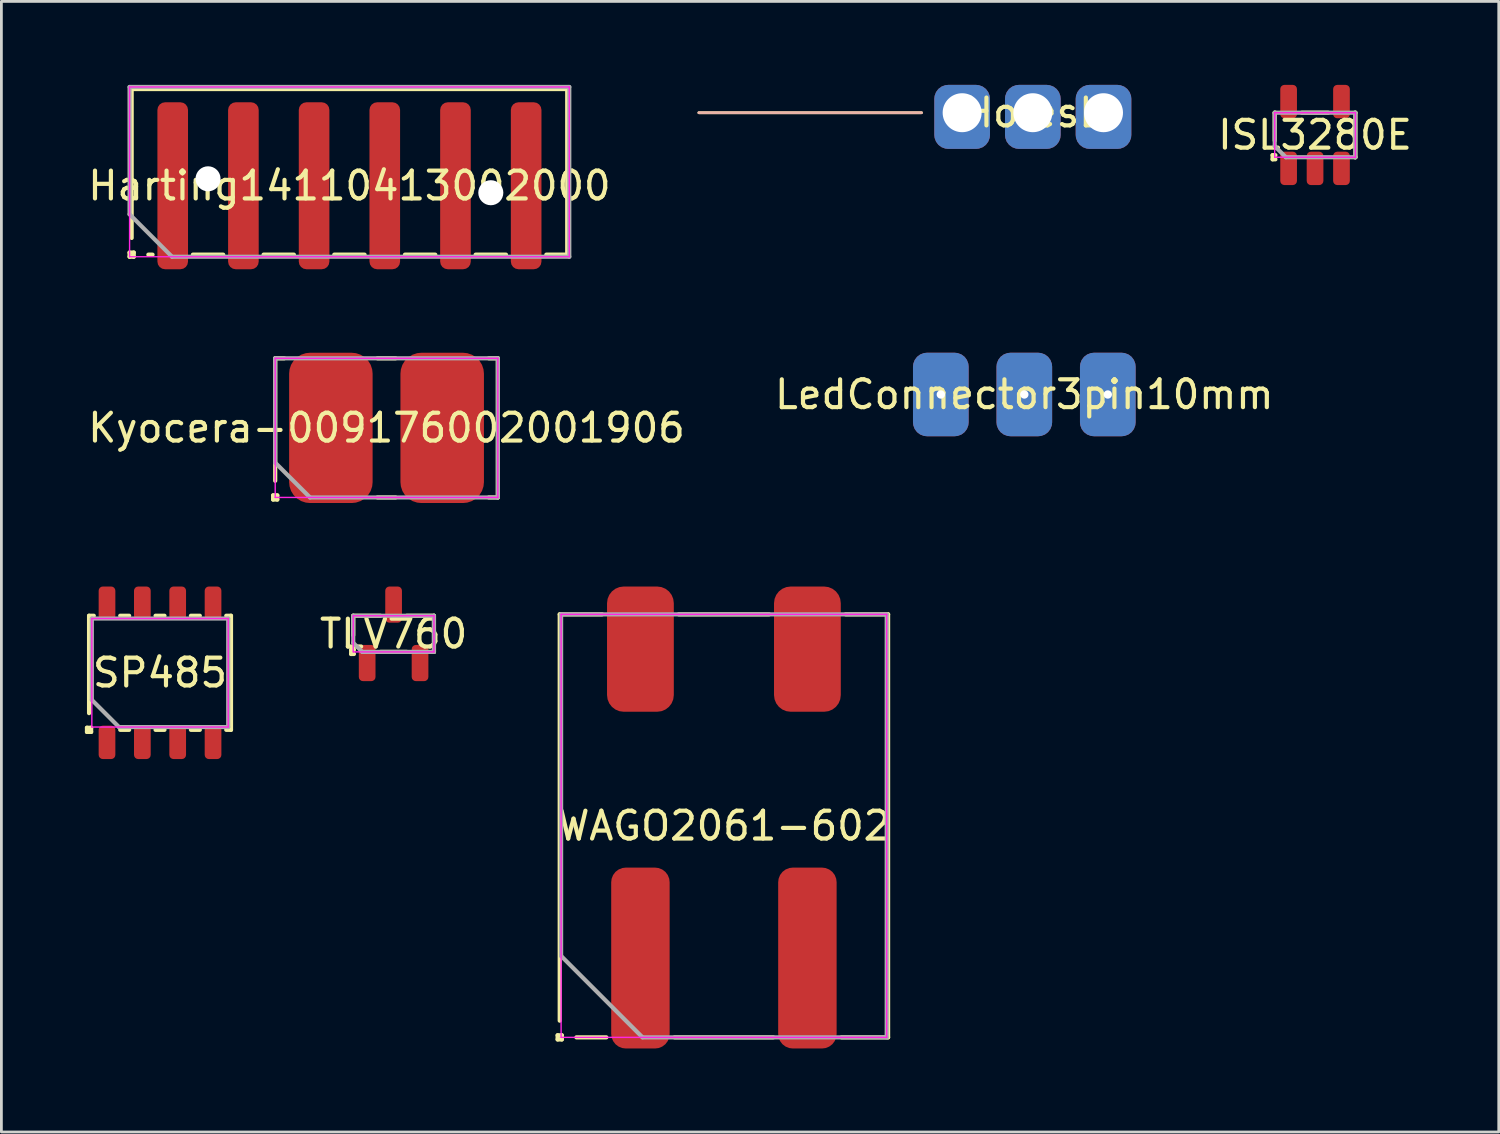
<source format=kicad_pcb>
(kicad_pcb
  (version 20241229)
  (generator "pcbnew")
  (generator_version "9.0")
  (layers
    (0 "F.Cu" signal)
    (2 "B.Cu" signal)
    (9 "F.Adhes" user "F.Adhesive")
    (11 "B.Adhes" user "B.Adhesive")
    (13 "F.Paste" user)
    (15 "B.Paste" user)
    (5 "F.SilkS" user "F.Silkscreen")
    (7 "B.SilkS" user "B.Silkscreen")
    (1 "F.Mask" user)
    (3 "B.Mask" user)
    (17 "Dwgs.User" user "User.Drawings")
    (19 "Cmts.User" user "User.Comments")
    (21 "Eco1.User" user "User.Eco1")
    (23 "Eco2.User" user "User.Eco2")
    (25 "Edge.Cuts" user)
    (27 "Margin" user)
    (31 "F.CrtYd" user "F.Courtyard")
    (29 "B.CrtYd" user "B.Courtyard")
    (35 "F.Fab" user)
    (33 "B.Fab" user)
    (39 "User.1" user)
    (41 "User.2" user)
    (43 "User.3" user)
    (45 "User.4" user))
  (footprint "ISL3280E"
    (layer "F.Cu")
    (at 44.203 1.8)
    (property "Reference" "ISL3280E" (at 0 0 0) (layer "F.SilkS") (effects (font (size 1 1) (thickness 0.15))))
    (attr smd)
    (fp_line (start -1.525 0.725) (end -1.425 0.725) (stroke (width 0.15) (type solid)) (layer "F.SilkS"))
    (fp_line (start -1.525 0.875) (end -1.525 0.725) (stroke (width 0.15) (type solid)) (layer "F.SilkS"))
    (fp_line (start -1.45 -0.8) (end -1.45 0.2) (stroke (width 0.15) (type solid)) (layer "F.SilkS"))
    (fp_line (start -1.425 -0.8) (end -1.45 -0.8) (stroke (width 0.15) (type solid)) (layer "F.SilkS"))
    (fp_line (start -1.425 0.875) (end -1.525 0.875) (stroke (width 0.15) (type solid)) (layer "F.SilkS"))
    (fp_line (start 0.475 -0.8) (end -0.475 -0.8) (stroke (width 0.15) (type solid)) (layer "F.SilkS"))
    (fp_line (start 1.425 0.8) (end 1.45 0.8) (stroke (width 0.15) (type solid)) (layer "F.SilkS"))
    (fp_line (start 1.45 -0.8) (end 1.425 -0.8) (stroke (width 0.15) (type solid)) (layer "F.SilkS"))
    (fp_line (start 1.45 0.8) (end 1.45 -0.8) (stroke (width 0.15) (type solid)) (layer "F.SilkS"))
    (fp_line (start -1.45 -0.8) (end 1.45 -0.8) (stroke (width 0.05) (type solid)) (layer "F.CrtYd"))
    (fp_line (start -1.45 0.8) (end -1.45 -0.8) (stroke (width 0.05) (type solid)) (layer "F.CrtYd"))
    (fp_line (start 1.45 -0.8) (end 1.45 0.8) (stroke (width 0.05) (type solid)) (layer "F.CrtYd"))
    (fp_line (start 1.45 0.8) (end -1.45 0.8) (stroke (width 0.05) (type solid)) (layer "F.CrtYd"))
    (fp_line (start -1.45 -0.8) (end -1.45 0.4) (stroke (width 0.15) (type solid)) (layer "F.Fab"))
    (fp_line (start -1.05 0.8) (end -1.45 0.4) (stroke (width 0.15) (type solid)) (layer "F.Fab"))
    (fp_line (start -1.05 0.8) (end 1.45 0.8) (stroke (width 0.15) (type solid)) (layer "F.Fab"))
    (fp_line (start 1.45 -0.8) (end -1.45 -0.8) (stroke (width 0.15) (type solid)) (layer "F.Fab"))
    (fp_line (start 1.45 0.8) (end 1.45 -0.8) (stroke (width 0.15) (type solid)) (layer "F.Fab"))
    (pad "1" smd roundrect (at -0.95 1.2) (size 0.6 1.2) (layers "F.Cu" "F.Mask" "F.Paste") (roundrect_rratio 0.25))
    (pad "2" smd roundrect (at 0 1.2) (size 0.6 1.2) (layers "F.Cu" "F.Mask" "F.Paste") (roundrect_rratio 0.25))
    (pad "3" smd roundrect (at 0.95 1.2) (size 0.6 1.2) (layers "F.Cu" "F.Mask" "F.Paste") (roundrect_rratio 0.25))
    (pad "4" smd roundrect (at 0.95 -1.2) (size 0.6 1.2) (layers "F.Cu" "F.Mask" "F.Paste") (roundrect_rratio 0.25))
    (pad "5" smd roundrect (at -0.95 -1.2) (size 0.6 1.2) (layers "F.Cu" "F.Mask" "F.Paste") (roundrect_rratio 0.25)))
  (footprint "Kyocera-009176002001906"
    (layer "F.Cu")
    (at 10.839 12.325)
    (property "Reference" "Kyocera-009176002001906" (at 0 0 0) (layer "F.SilkS") (effects (font (size 1 1) (thickness 0.15))))
    (attr smd)
    (fp_line (start -4.075 2.425) (end -3.925 2.425) (stroke (width 0.15) (type solid)) (layer "F.SilkS"))
    (fp_line (start -4.075 2.575) (end -4.075 2.425) (stroke (width 0.15) (type solid)) (layer "F.SilkS"))
    (fp_line (start -4 -2.5) (end -4 1.9) (stroke (width 0.15) (type solid)) (layer "F.SilkS"))
    (fp_line (start -3.925 2.425) (end -3.925 2.575) (stroke (width 0.15) (type solid)) (layer "F.SilkS"))
    (fp_line (start -3.925 2.575) (end -4.075 2.575) (stroke (width 0.15) (type solid)) (layer "F.SilkS"))
    (fp_line (start -3.675 -2.5) (end -4 -2.5) (stroke (width 0.15) (type solid)) (layer "F.SilkS"))
    (fp_line (start -0.325 2.5) (end 0.325 2.5) (stroke (width 0.15) (type solid)) (layer "F.SilkS"))
    (fp_line (start 0.325 -2.5) (end -0.325 -2.5) (stroke (width 0.15) (type solid)) (layer "F.SilkS"))
    (fp_line (start 3.675 2.5) (end 4 2.5) (stroke (width 0.15) (type solid)) (layer "F.SilkS"))
    (fp_line (start 4 -2.5) (end 3.675 -2.5) (stroke (width 0.15) (type solid)) (layer "F.SilkS"))
    (fp_line (start 4 2.5) (end 4 -2.5) (stroke (width 0.15) (type solid)) (layer "F.SilkS"))
    (fp_line (start -4 -2.5) (end 4 -2.5) (stroke (width 0.05) (type solid)) (layer "F.CrtYd"))
    (fp_line (start -4 2.5) (end -4 -2.5) (stroke (width 0.05) (type solid)) (layer "F.CrtYd"))
    (fp_line (start 4 -2.5) (end 4 2.5) (stroke (width 0.05) (type solid)) (layer "F.CrtYd"))
    (fp_line (start 4 2.5) (end -4 2.5) (stroke (width 0.05) (type solid)) (layer "F.CrtYd"))
    (fp_line (start -4 -2.5) (end -4 1.25) (stroke (width 0.15) (type solid)) (layer "F.Fab"))
    (fp_line (start -2.75 2.5) (end -4 1.25) (stroke (width 0.15) (type solid)) (layer "F.Fab"))
    (fp_line (start -2.75 2.5) (end 4 2.5) (stroke (width 0.15) (type solid)) (layer "F.Fab"))
    (fp_line (start 4 -2.5) (end -4 -2.5) (stroke (width 0.15) (type solid)) (layer "F.Fab"))
    (fp_line (start 4 2.5) (end 4 -2.5) (stroke (width 0.15) (type solid)) (layer "F.Fab"))
    (pad "1" smd roundrect (at -2 0) (size 3 5.4) (layers "F.Cu" "F.Mask" "F.Paste") (roundrect_rratio 0.25))
    (pad "2" smd roundrect (at 2 0) (size 3 5.4) (layers "F.Cu" "F.Mask" "F.Paste") (roundrect_rratio 0.25)))
  (footprint "HolesL"
    (layer "F.Cu")
    (at 34.062 1)
    (property "Reference" "HolesL" (at 0 0 0) (layer "F.SilkS") (effects (font (size 1 1) (thickness 0.15))))
    (attr through_hole)
    (fp_line (start -4 0) (end -12 0) (stroke (width 0.1) (type solid)) (layer "F.SilkS"))
    (fp_line (start -4 0) (end -12 0) (stroke (width 0.1) (type solid)) (layer "B.SilkS"))
    (pad "1" thru_hole roundrect (at -2.54 0) (size 2 2.3) (drill 1.4 (offset 0 0.15)) (layers "*.Cu" "*.Mask") (roundrect_rratio 0.25))
    (pad "2" thru_hole roundrect (at 0 0) (size 2 2.3) (drill 1.4 (offset 0 0.15)) (layers "*.Cu" "*.Mask") (roundrect_rratio 0.25))
    (pad "3" thru_hole roundrect (at 2.54 0) (size 2 2.3) (drill 1.4 (offset 0 0.15)) (layers "*.Cu" "*.Mask") (roundrect_rratio 0.25)))
  (footprint "LedConnector3pin10mm"
    (layer "F.Cu")
    (at 33.756 11.125)
    (property "Reference" "LedConnector3pin10mm" (at 0 0 0) (layer "F.SilkS") (effects (font (size 1 1) (thickness 0.15))))
    (attr through_hole)
    (pad "1" thru_hole roundrect (at -3 0) (size 2 3) (drill 0.3) (layers "*.Cu" "*.Mask") (remove_unused_layers yes) (keep_end_layers yes) (zone_layer_connections) (roundrect_rratio 0.25))
    (pad "2" thru_hole roundrect (at 0 0) (size 2 3) (drill 0.3) (layers "*.Cu" "*.Mask") (remove_unused_layers yes) (keep_end_layers yes) (zone_layer_connections) (roundrect_rratio 0.25))
    (pad "3" thru_hole roundrect (at 3 0) (size 2 3) (drill 0.3) (layers "*.Cu" "*.Mask") (remove_unused_layers yes) (keep_end_layers yes) (zone_layer_connections) (roundrect_rratio 0.25)))
  (footprint "SP485"
    (layer "F.Cu")
    (at 2.7 21.125)
    (property "Reference" "SP485" (at 0 0 0) (layer "F.SilkS") (effects (font (size 1 1) (thickness 0.15))))
    (attr smd)
    (fp_line (start -2.625 1.975) (end -2.475 1.975) (stroke (width 0.15) (type solid)) (layer "F.SilkS"))
    (fp_line (start -2.625 2.125) (end -2.625 1.975) (stroke (width 0.15) (type solid)) (layer "F.SilkS"))
    (fp_line (start -2.55 -2.05) (end -2.55 1.45) (stroke (width 0.15) (type solid)) (layer "F.SilkS"))
    (fp_line (start -2.475 1.975) (end -2.475 2.125) (stroke (width 0.15) (type solid)) (layer "F.SilkS"))
    (fp_line (start -2.475 2.125) (end -2.625 2.125) (stroke (width 0.15) (type solid)) (layer "F.SilkS"))
    (fp_line (start -2.38 -2.05) (end -2.55 -2.05) (stroke (width 0.15) (type solid)) (layer "F.SilkS"))
    (fp_line (start -1.43 2.05) (end -1.11 2.05) (stroke (width 0.15) (type solid)) (layer "F.SilkS"))
    (fp_line (start -1.11 -2.05) (end -1.43 -2.05) (stroke (width 0.15) (type solid)) (layer "F.SilkS"))
    (fp_line (start -0.16 2.05) (end 0.16 2.05) (stroke (width 0.15) (type solid)) (layer "F.SilkS"))
    (fp_line (start 0.16 -2.05) (end -0.16 -2.05) (stroke (width 0.15) (type solid)) (layer "F.SilkS"))
    (fp_line (start 1.11 2.05) (end 1.43 2.05) (stroke (width 0.15) (type solid)) (layer "F.SilkS"))
    (fp_line (start 1.43 -2.05) (end 1.11 -2.05) (stroke (width 0.15) (type solid)) (layer "F.SilkS"))
    (fp_line (start 2.38 2.05) (end 2.55 2.05) (stroke (width 0.15) (type solid)) (layer "F.SilkS"))
    (fp_line (start 2.55 -2.05) (end 2.38 -2.05) (stroke (width 0.15) (type solid)) (layer "F.SilkS"))
    (fp_line (start 2.55 2.05) (end 2.55 -2.05) (stroke (width 0.15) (type solid)) (layer "F.SilkS"))
    (fp_line (start -2.45 -1.95) (end 2.45 -1.95) (stroke (width 0.05) (type solid)) (layer "F.CrtYd"))
    (fp_line (start -2.45 1.95) (end -2.45 -1.95) (stroke (width 0.05) (type solid)) (layer "F.CrtYd"))
    (fp_line (start 2.45 -1.95) (end 2.45 1.95) (stroke (width 0.05) (type solid)) (layer "F.CrtYd"))
    (fp_line (start 2.45 1.95) (end -2.45 1.95) (stroke (width 0.05) (type solid)) (layer "F.CrtYd"))
    (fp_line (start -2.45 -1.95) (end -2.45 0.975) (stroke (width 0.15) (type solid)) (layer "F.Fab"))
    (fp_line (start -1.475 1.95) (end -2.45 0.975) (stroke (width 0.15) (type solid)) (layer "F.Fab"))
    (fp_line (start -1.475 1.95) (end 2.45 1.95) (stroke (width 0.15) (type solid)) (layer "F.Fab"))
    (fp_line (start 2.45 -1.95) (end -2.45 -1.95) (stroke (width 0.15) (type solid)) (layer "F.Fab"))
    (fp_line (start 2.45 1.95) (end 2.45 -1.95) (stroke (width 0.15) (type solid)) (layer "F.Fab"))
    (pad "1" smd roundrect (at -1.905 2.5) (size 0.6 1.2) (layers "F.Cu" "F.Mask" "F.Paste") (roundrect_rratio 0.25))
    (pad "2" smd roundrect (at -0.635 2.5) (size 0.6 1.2) (layers "F.Cu" "F.Mask" "F.Paste") (roundrect_rratio 0.25))
    (pad "3" smd roundrect (at 0.635 2.5) (size 0.6 1.2) (layers "F.Cu" "F.Mask" "F.Paste") (roundrect_rratio 0.25))
    (pad "4" smd roundrect (at 1.905 2.5) (size 0.6 1.2) (layers "F.Cu" "F.Mask" "F.Paste") (roundrect_rratio 0.25))
    (pad "5" smd roundrect (at 1.905 -2.5) (size 0.6 1.2) (layers "F.Cu" "F.Mask" "F.Paste") (roundrect_rratio 0.25))
    (pad "6" smd roundrect (at 0.635 -2.5) (size 0.6 1.2) (layers "F.Cu" "F.Mask" "F.Paste") (roundrect_rratio 0.25))
    (pad "7" smd roundrect (at -0.635 -2.5) (size 0.6 1.2) (layers "F.Cu" "F.Mask" "F.Paste") (roundrect_rratio 0.25))
    (pad "8" smd roundrect (at -1.905 -2.5) (size 0.6 1.2) (layers "F.Cu" "F.Mask" "F.Paste") (roundrect_rratio 0.25)))
  (footprint "Harting14110413002000"
    (layer "F.Cu")
    (at 9.506 3.625)
    (property "Reference" "Harting14110413002000" (at 0 0 0) (layer "F.SilkS") (effects (font (size 1 1) (thickness 0.15))))
    (attr smd)
    (fp_line (start -7.9 2.4) (end -7.75 2.4) (stroke (width 0.15) (type solid)) (layer "F.SilkS"))
    (fp_line (start -7.9 2.55) (end -7.9 2.4) (stroke (width 0.15) (type solid)) (layer "F.SilkS"))
    (fp_line (start -7.825 -3.475) (end -7.825 1.875) (stroke (width 0.15) (type solid)) (layer "F.SilkS"))
    (fp_line (start -7.75 2.4) (end -7.75 2.55) (stroke (width 0.15) (type solid)) (layer "F.SilkS"))
    (fp_line (start -7.75 2.55) (end -7.9 2.55) (stroke (width 0.15) (type solid)) (layer "F.SilkS"))
    (fp_line (start -7.225 2.475) (end -7.075 2.475) (stroke (width 0.15) (type solid)) (layer "F.SilkS"))
    (fp_line (start -5.625 2.475) (end -4.535 2.475) (stroke (width 0.15) (type solid)) (layer "F.SilkS"))
    (fp_line (start -3.085 2.475) (end -1.995 2.475) (stroke (width 0.15) (type solid)) (layer "F.SilkS"))
    (fp_line (start -0.545 2.475) (end 0.545 2.475) (stroke (width 0.15) (type solid)) (layer "F.SilkS"))
    (fp_line (start 1.995 2.475) (end 3.085 2.475) (stroke (width 0.15) (type solid)) (layer "F.SilkS"))
    (fp_line (start 4.535 2.475) (end 5.625 2.475) (stroke (width 0.15) (type solid)) (layer "F.SilkS"))
    (fp_line (start 7.075 2.475) (end 7.825 2.475) (stroke (width 0.15) (type solid)) (layer "F.SilkS"))
    (fp_line (start 7.825 -3.475) (end -7.825 -3.475) (stroke (width 0.15) (type solid)) (layer "F.SilkS"))
    (fp_line (start 7.825 2.475) (end 7.825 -3.475) (stroke (width 0.15) (type solid)) (layer "F.SilkS"))
    (fp_line (start -7.9 -3.55) (end 7.9 -3.55) (stroke (width 0.05) (type solid)) (layer "F.CrtYd"))
    (fp_line (start -7.9 2.55) (end -7.9 -3.55) (stroke (width 0.05) (type solid)) (layer "F.CrtYd"))
    (fp_line (start 7.9 -3.55) (end 7.9 2.55) (stroke (width 0.05) (type solid)) (layer "F.CrtYd"))
    (fp_line (start 7.9 2.55) (end -7.9 2.55) (stroke (width 0.05) (type solid)) (layer "F.CrtYd"))
    (fp_line (start -7.9 -3.55) (end -7.9 1.025) (stroke (width 0.15) (type solid)) (layer "F.Fab"))
    (fp_line (start -6.375 2.55) (end -7.9 1.025) (stroke (width 0.15) (type solid)) (layer "F.Fab"))
    (fp_line (start -6.375 2.55) (end 7.9 2.55) (stroke (width 0.15) (type solid)) (layer "F.Fab"))
    (fp_line (start 7.9 -3.55) (end -7.9 -3.55) (stroke (width 0.15) (type solid)) (layer "F.Fab"))
    (fp_line (start 7.9 2.55) (end 7.9 -3.55) (stroke (width 0.15) (type solid)) (layer "F.Fab"))
    (pad "" np_thru_hole circle (at -5.08 -0.25) (size 0.9 0.9) (drill 0.9) (layers "*.Cu" "*.Mask"))
    (pad "" np_thru_hole circle (at 5.08 0.25) (size 0.9 0.9) (drill 0.9) (layers "*.Cu" "*.Mask"))
    (pad "1" smd roundrect (at -3.81 0) (size 1.1 6) (layers "F.Cu" "F.Mask" "F.Paste") (roundrect_rratio 0.25))
    (pad "2" smd roundrect (at -1.27 0) (size 1.1 6) (layers "F.Cu" "F.Mask" "F.Paste") (roundrect_rratio 0.25))
    (pad "3" smd roundrect (at 1.27 0) (size 1.1 6) (layers "F.Cu" "F.Mask" "F.Paste") (roundrect_rratio 0.25))
    (pad "4" smd roundrect (at 3.81 0) (size 1.1 6) (layers "F.Cu" "F.Mask" "F.Paste") (roundrect_rratio 0.25))
    (pad "MP1" smd roundrect (at -6.35 0) (size 1.1 6) (layers "F.Cu" "F.Mask" "F.Paste") (roundrect_rratio 0.25))
    (pad "MP2" smd roundrect (at 6.35 0) (size 1.1 6) (layers "F.Cu" "F.Mask" "F.Paste") (roundrect_rratio 0.25)))
  (footprint "WAGO2061-602"
    (layer "F.Cu")
    (at 22.962 26.625)
    (property "Reference" "WAGO2061-602" (at 0 0 0) (layer "F.SilkS") (effects (font (size 1 1) (thickness 0.15))))
    (attr smd)
    (fp_line (start -5.975 7.525) (end -5.825 7.525) (stroke (width 0.15) (type solid)) (layer "F.SilkS"))
    (fp_line (start -5.975 7.675) (end -5.975 7.525) (stroke (width 0.15) (type solid)) (layer "F.SilkS"))
    (fp_line (start -5.9 -7.6) (end -5.9 7) (stroke (width 0.15) (type solid)) (layer "F.SilkS"))
    (fp_line (start -5.825 7.525) (end -5.825 7.675) (stroke (width 0.15) (type solid)) (layer "F.SilkS"))
    (fp_line (start -5.825 7.675) (end -5.975 7.675) (stroke (width 0.15) (type solid)) (layer "F.SilkS"))
    (fp_line (start -5.3 7.6) (end -4.225 7.6) (stroke (width 0.15) (type solid)) (layer "F.SilkS"))
    (fp_line (start -4.375 -7.6) (end -5.9 -7.6) (stroke (width 0.15) (type solid)) (layer "F.SilkS"))
    (fp_line (start -1.775 7.6) (end 1.775 7.6) (stroke (width 0.15) (type solid)) (layer "F.SilkS"))
    (fp_line (start 1.625 -7.6) (end -1.625 -7.6) (stroke (width 0.15) (type solid)) (layer "F.SilkS"))
    (fp_line (start 4.225 7.6) (end 5.9 7.6) (stroke (width 0.15) (type solid)) (layer "F.SilkS"))
    (fp_line (start 5.9 -7.6) (end 4.375 -7.6) (stroke (width 0.15) (type solid)) (layer "F.SilkS"))
    (fp_line (start 5.9 7.6) (end 5.9 -7.6) (stroke (width 0.15) (type solid)) (layer "F.SilkS"))
    (fp_line (start -5.85 -7.6) (end 5.85 -7.6) (stroke (width 0.05) (type solid)) (layer "F.CrtYd"))
    (fp_line (start -5.85 7.6) (end -5.85 -7.6) (stroke (width 0.05) (type solid)) (layer "F.CrtYd"))
    (fp_line (start 5.85 -7.6) (end 5.85 7.6) (stroke (width 0.05) (type solid)) (layer "F.CrtYd"))
    (fp_line (start 5.85 7.6) (end -5.85 7.6) (stroke (width 0.05) (type solid)) (layer "F.CrtYd"))
    (fp_line (start -5.85 -7.6) (end -5.85 4.675) (stroke (width 0.15) (type solid)) (layer "F.Fab"))
    (fp_line (start -2.925 7.6) (end -5.85 4.675) (stroke (width 0.15) (type solid)) (layer "F.Fab"))
    (fp_line (start -2.925 7.6) (end 5.85 7.6) (stroke (width 0.15) (type solid)) (layer "F.Fab"))
    (fp_line (start 5.85 -7.6) (end -5.85 -7.6) (stroke (width 0.15) (type solid)) (layer "F.Fab"))
    (fp_line (start 5.85 7.6) (end 5.85 -7.6) (stroke (width 0.15) (type solid)) (layer "F.Fab"))
    (pad "1" smd roundrect (at -3 -6.35) (size 2.4 4.5) (layers "F.Cu" "F.Mask" "F.Paste") (roundrect_rratio 0.25))
    (pad "1" smd roundrect (at -3 4.75) (size 2.1 6.5) (layers "F.Cu" "F.Mask" "F.Paste") (roundrect_rratio 0.25))
    (pad "2" smd roundrect (at 3 -6.35) (size 2.4 4.5) (layers "F.Cu" "F.Mask" "F.Paste") (roundrect_rratio 0.25))
    (pad "2" smd roundrect (at 3 4.75) (size 2.1 6.5) (layers "F.Cu" "F.Mask" "F.Paste") (roundrect_rratio 0.25)))
  (footprint "TLV760"
    (layer "F.Cu")
    (at 11.093 19.725)
    (property "Reference" "TLV760" (at 0 0 0) (layer "F.SilkS") (effects (font (size 1 1) (thickness 0.15))))
    (attr smd)
    (fp_line (start -1.525 0.575) (end -1.425 0.575) (stroke (width 0.15) (type solid)) (layer "F.SilkS"))
    (fp_line (start -1.525 0.725) (end -1.525 0.575) (stroke (width 0.15) (type solid)) (layer "F.SilkS"))
    (fp_line (start -1.45 -0.65) (end -1.45 0.05) (stroke (width 0.15) (type solid)) (layer "F.SilkS"))
    (fp_line (start -1.425 0.725) (end -1.525 0.725) (stroke (width 0.15) (type solid)) (layer "F.SilkS"))
    (fp_line (start -0.475 -0.65) (end -1.45 -0.65) (stroke (width 0.15) (type solid)) (layer "F.SilkS"))
    (fp_line (start -0.475 0.65) (end 0.475 0.65) (stroke (width 0.15) (type solid)) (layer "F.SilkS"))
    (fp_line (start 1.425 0.65) (end 1.45 0.65) (stroke (width 0.15) (type solid)) (layer "F.SilkS"))
    (fp_line (start 1.45 -0.65) (end 0.475 -0.65) (stroke (width 0.15) (type solid)) (layer "F.SilkS"))
    (fp_line (start 1.45 0.65) (end 1.45 -0.65) (stroke (width 0.15) (type solid)) (layer "F.SilkS"))
    (fp_line (start -1.45 -0.65) (end 1.45 -0.65) (stroke (width 0.05) (type solid)) (layer "F.CrtYd"))
    (fp_line (start -1.45 0.65) (end -1.45 -0.65) (stroke (width 0.05) (type solid)) (layer "F.CrtYd"))
    (fp_line (start 1.45 -0.65) (end 1.45 0.65) (stroke (width 0.05) (type solid)) (layer "F.CrtYd"))
    (fp_line (start 1.45 0.65) (end -1.45 0.65) (stroke (width 0.05) (type solid)) (layer "F.CrtYd"))
    (fp_line (start -1.45 -0.65) (end -1.45 0.325) (stroke (width 0.15) (type solid)) (layer "F.Fab"))
    (fp_line (start -1.125 0.65) (end -1.45 0.325) (stroke (width 0.15) (type solid)) (layer "F.Fab"))
    (fp_line (start -1.125 0.65) (end 1.45 0.65) (stroke (width 0.15) (type solid)) (layer "F.Fab"))
    (fp_line (start 1.45 -0.65) (end -1.45 -0.65) (stroke (width 0.15) (type solid)) (layer "F.Fab"))
    (fp_line (start 1.45 0.65) (end 1.45 -0.65) (stroke (width 0.15) (type solid)) (layer "F.Fab"))
    (pad "1" smd roundrect (at -0.95 1.05) (size 0.6 1.3) (layers "F.Cu" "F.Mask" "F.Paste") (roundrect_rratio 0.25))
    (pad "2" smd roundrect (at 0.95 1.05) (size 0.6 1.3) (layers "F.Cu" "F.Mask" "F.Paste") (roundrect_rratio 0.25))
    (pad "3" smd roundrect (at 0 -1.05) (size 0.6 1.3) (layers "F.Cu" "F.Mask" "F.Paste") (roundrect_rratio 0.25)))
  (gr_rect
    (start -3 -3)
    (end 50.804 37.625)
    (stroke (width 0.1) (type default))
    (fill no)
    (layer "Edge.Cuts")))
</source>
